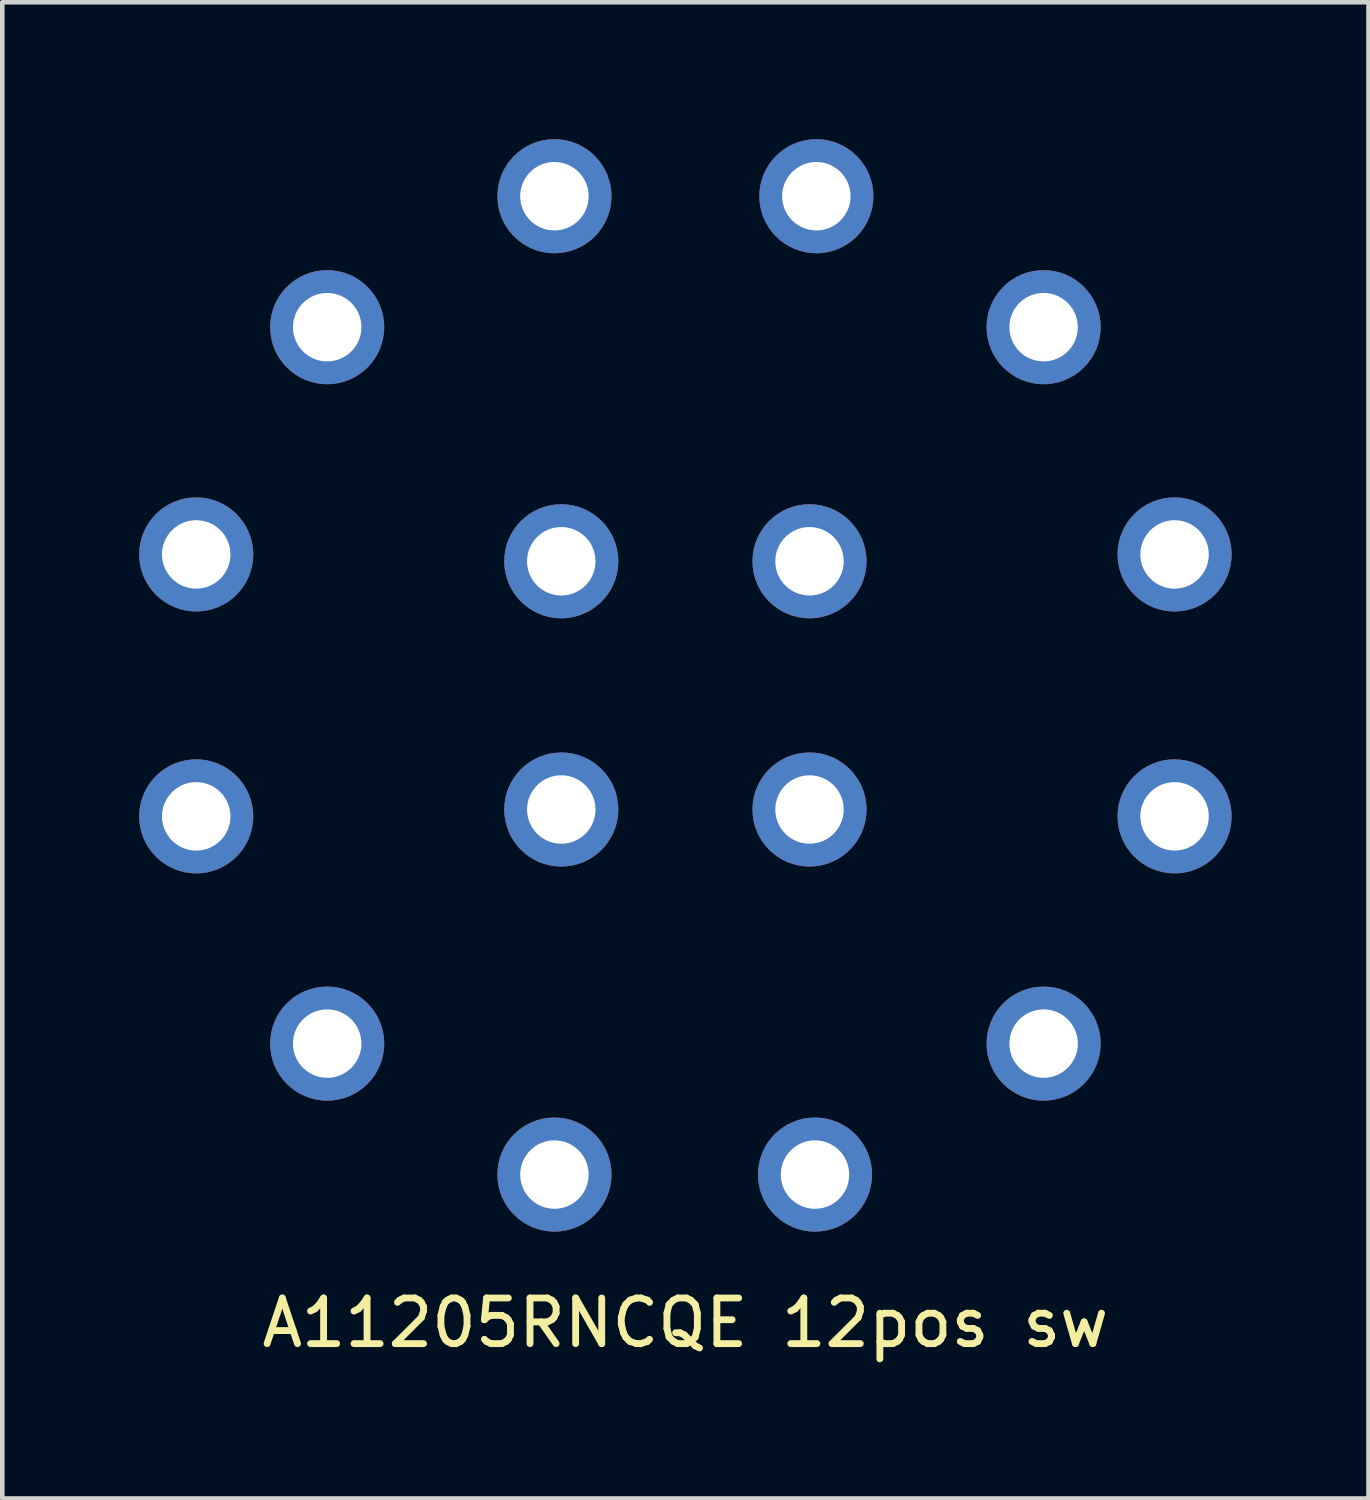
<source format=kicad_pcb>
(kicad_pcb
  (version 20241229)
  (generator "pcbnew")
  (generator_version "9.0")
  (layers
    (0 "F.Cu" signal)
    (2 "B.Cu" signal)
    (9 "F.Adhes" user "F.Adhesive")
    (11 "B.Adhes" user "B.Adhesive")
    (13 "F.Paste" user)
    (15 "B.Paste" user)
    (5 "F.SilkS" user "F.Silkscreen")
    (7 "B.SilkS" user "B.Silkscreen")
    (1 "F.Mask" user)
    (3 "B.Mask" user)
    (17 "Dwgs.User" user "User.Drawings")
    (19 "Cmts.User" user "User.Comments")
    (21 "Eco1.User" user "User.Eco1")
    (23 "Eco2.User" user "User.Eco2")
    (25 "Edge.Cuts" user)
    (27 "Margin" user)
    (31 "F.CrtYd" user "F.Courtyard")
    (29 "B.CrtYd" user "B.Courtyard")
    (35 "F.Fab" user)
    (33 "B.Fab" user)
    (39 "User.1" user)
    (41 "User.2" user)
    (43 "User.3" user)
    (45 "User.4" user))
  (footprint "A11205RNCQE 12pos sw"
    (layer "F.Cu")
    (at 11.97 11.97)
    (property "Reference" "A11205RNCQE 12pos sw" (at 0 13.97 0) (layer "F.SilkS") (effects (font (size 1 1) (thickness 0.15))))
    (attr through_hole)
    (pad "1" thru_hole circle (at 10.72 2.87) (size 2.5 2.5) (drill 1.5) (layers "*.Cu" "*.Mask"))
    (pad "2" thru_hole circle (at 7.85 7.85) (size 2.5 2.5) (drill 1.5) (layers "*.Cu" "*.Mask"))
    (pad "3" thru_hole circle (at 2.84 10.72) (size 2.5 2.5) (drill 1.5) (layers "*.Cu" "*.Mask"))
    (pad "4" thru_hole circle (at -2.87 10.72) (size 2.5 2.5) (drill 1.5) (layers "*.Cu" "*.Mask"))
    (pad "5" thru_hole circle (at -7.85 7.85) (size 2.5 2.5) (drill 1.5) (layers "*.Cu" "*.Mask"))
    (pad "6" thru_hole circle (at -10.72 2.87) (size 2.5 2.5) (drill 1.5) (layers "*.Cu" "*.Mask"))
    (pad "7" thru_hole circle (at -10.72 -2.87) (size 2.5 2.5) (drill 1.5) (layers "*.Cu" "*.Mask"))
    (pad "8" thru_hole circle (at -7.85 -7.85) (size 2.5 2.5) (drill 1.5) (layers "*.Cu" "*.Mask"))
    (pad "9" thru_hole circle (at -2.87 -10.72) (size 2.5 2.5) (drill 1.5) (layers "*.Cu" "*.Mask"))
    (pad "10" thru_hole circle (at 2.87 -10.72) (size 2.5 2.5) (drill 1.5) (layers "*.Cu" "*.Mask"))
    (pad "11" thru_hole circle (at 7.85 -7.85) (size 2.5 2.5) (drill 1.5) (layers "*.Cu" "*.Mask"))
    (pad "12" thru_hole circle (at 10.72 -2.87) (size 2.5 2.5) (drill 1.5) (layers "*.Cu" "*.Mask"))
    (pad "13" thru_hole circle (at -2.72 -2.72) (size 2.5 2.5) (drill 1.5) (layers "*.Cu" "*.Mask"))
    (pad "13" thru_hole circle (at -2.72 2.72) (size 2.5 2.5) (drill 1.5) (layers "*.Cu" "*.Mask"))
    (pad "13" thru_hole circle (at 2.72 -2.72) (size 2.5 2.5) (drill 1.5) (layers "*.Cu" "*.Mask"))
    (pad "13" thru_hole circle (at 2.72 2.72) (size 2.5 2.5) (drill 1.5) (layers "*.Cu" "*.Mask")))
  (gr_rect
    (start -3 -3)
    (end 26.94 29.788)
    (stroke (width 0.1) (type default))
    (fill no)
    (layer "Edge.Cuts")))
</source>
